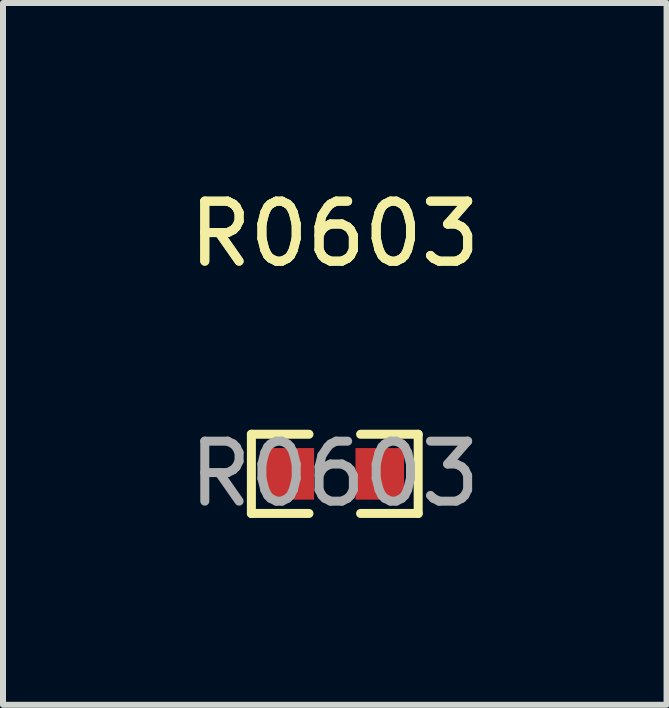
<source format=kicad_pcb>
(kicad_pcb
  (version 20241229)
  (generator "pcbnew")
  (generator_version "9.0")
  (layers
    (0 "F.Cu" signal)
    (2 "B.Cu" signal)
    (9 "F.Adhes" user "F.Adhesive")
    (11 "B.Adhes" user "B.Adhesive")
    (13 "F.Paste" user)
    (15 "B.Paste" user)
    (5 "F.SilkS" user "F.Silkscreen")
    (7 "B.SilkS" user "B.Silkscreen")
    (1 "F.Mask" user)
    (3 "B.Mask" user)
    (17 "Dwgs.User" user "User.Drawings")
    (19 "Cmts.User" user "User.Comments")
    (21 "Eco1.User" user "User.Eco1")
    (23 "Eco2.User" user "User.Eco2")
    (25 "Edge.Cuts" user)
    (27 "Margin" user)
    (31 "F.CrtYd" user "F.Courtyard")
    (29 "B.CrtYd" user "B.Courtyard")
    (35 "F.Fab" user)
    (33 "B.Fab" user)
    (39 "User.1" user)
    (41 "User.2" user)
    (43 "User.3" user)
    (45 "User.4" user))
  (footprint "R0603"
    (layer "F.Cu")
    (at 2.53 4.848)
    (property "Reference" "R0603" (at 0 -4 0) (layer "F.SilkS") (effects (font (size 1 1) (thickness 0.15))))
    (attr through_hole)
    (fp_line (start -1.39 -0.66) (end -0.43 -0.66) (stroke (width 0.15) (type solid)) (layer "F.SilkS"))
    (fp_line (start -1.39 0.66) (end -1.39 -0.66) (stroke (width 0.15) (type solid)) (layer "F.SilkS"))
    (fp_line (start -0.43 0.66) (end -1.39 0.66) (stroke (width 0.15) (type solid)) (layer "F.SilkS"))
    (fp_line (start 0.43 0.66) (end 1.39 0.66) (stroke (width 0.15) (type solid)) (layer "F.SilkS"))
    (fp_line (start 1.39 -0.66) (end 0.43 -0.66) (stroke (width 0.15) (type solid)) (layer "F.SilkS"))
    (fp_line (start 1.39 0.66) (end 1.39 -0.66) (stroke (width 0.15) (type solid)) (layer "F.SilkS"))
    (fp_circle (center -0.8 0.4) (end -0.77 0.4) (stroke (width 0.06) (type solid)) (fill no) (layer "F.Fab"))
    (fp_text user "${REFERENCE}" (at 0 -4 0) (layer "F.SilkS") (effects (font (size 1 1) (thickness 0.15))))
    (fp_text user "${REFERENCE}" (at 0 0 0) (layer "F.Fab") (effects (font (size 1 1) (thickness 0.15))))
    (pad "1" smd rect (at -0.75 0) (size 0.81 0.86) (layers "F.Cu" "F.Mask" "F.Paste"))
    (pad "2" smd rect (at 0.75 0) (size 0.81 0.86) (layers "F.Cu" "F.Mask" "F.Paste")))
  (gr_rect
    (start -3 -3)
    (end 8.06 8.697)
    (stroke (width 0.1) (type default))
    (fill no)
    (layer "Edge.Cuts")))
</source>
